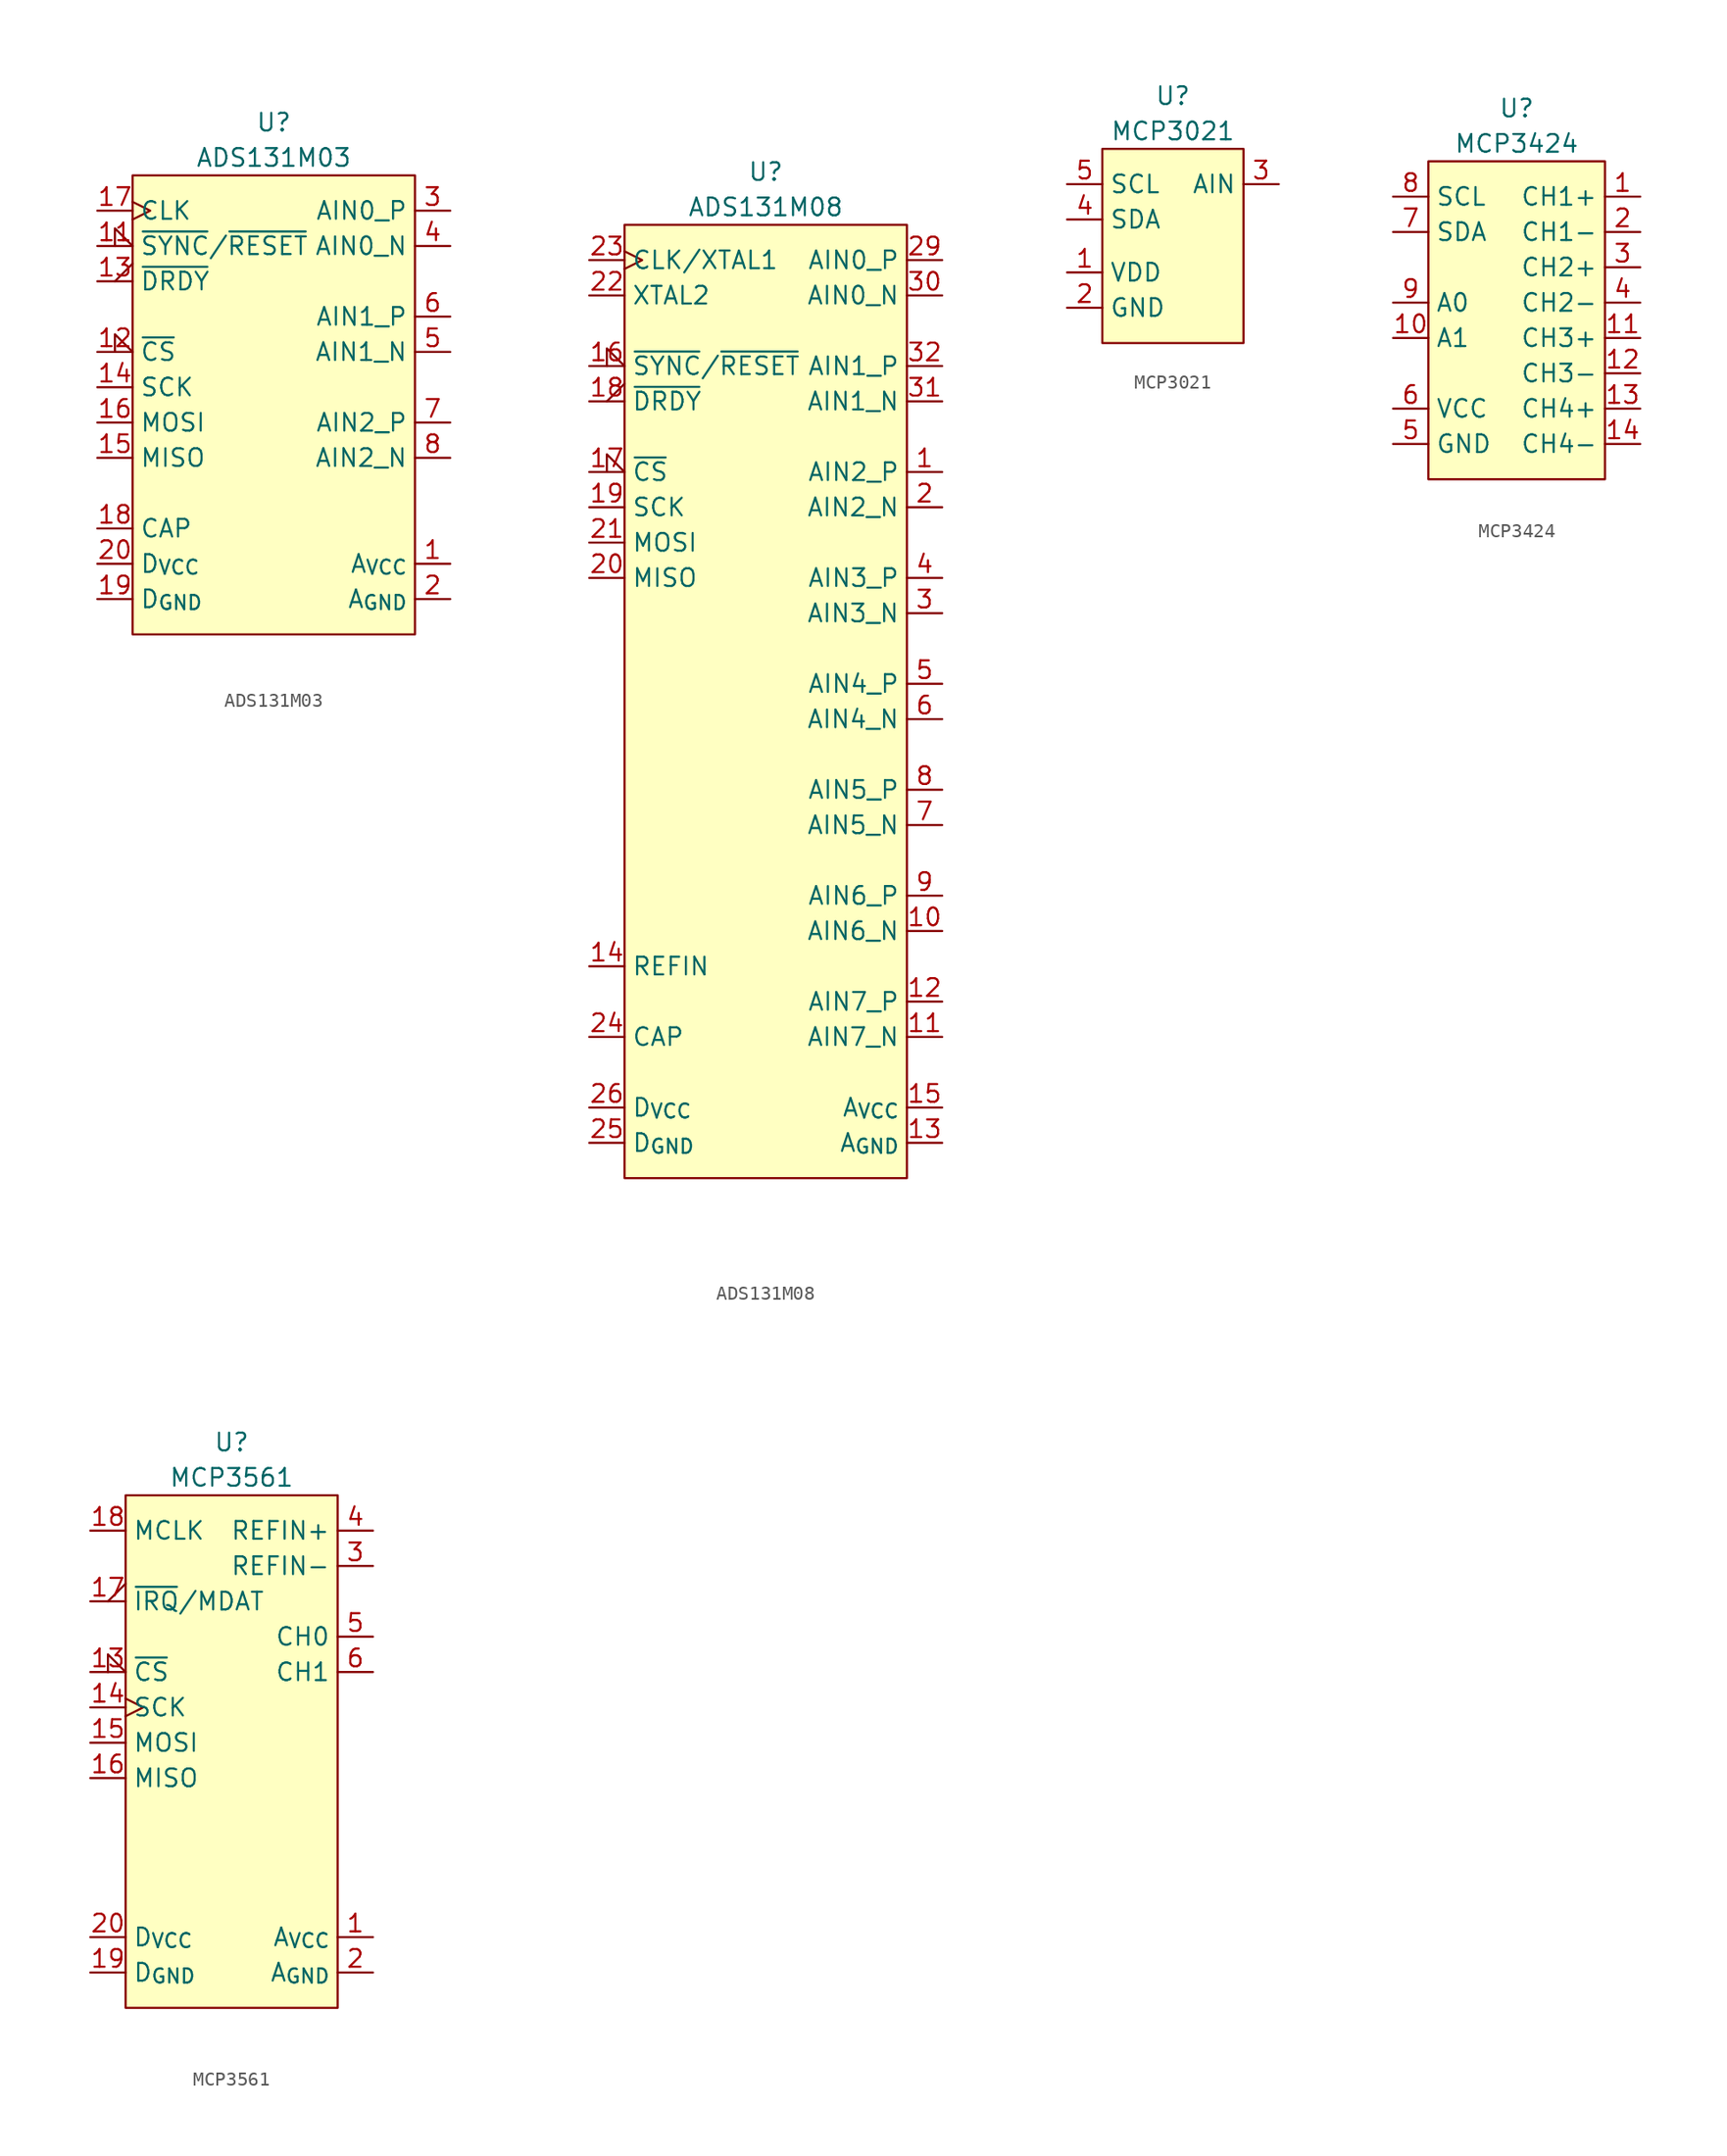
<source format=kicad_sym>
(kicad_symbol_lib
  (version 20220914)
  (generator kicad_symbol_editor)
  (symbol "ADS131M03"
    (property "Reference" "U"
      (at 0 3.81 0)
      (effects (font (size 1.27 1.27))))
    (property "Value" "ADS131M03"
      (at 0 1.27 0)
      (effects (font (size 1.27 1.27))))
    (symbol "ADS131M03_0_1"
      (rectangle (start -10.16 0) (end 10.16 -33.02) (stroke (width 0) (type default)) (fill (type background))))
    (symbol "ADS131M03_1_1"
      (pin power_in line (at 12.7 -27.94 180) (length 2.54) (name "A_{VCC}" (effects (font (size 1.27 1.27)))) (number "1" (effects (font (size 1.27 1.27)))))
      (pin no_connect line (at 12.7 -24.13 180) (length 2.54) hide (name "" (effects (font (size 1.27 1.27)))) (number "10" (effects (font (size 1.27 1.27)))))
      (pin input input_low (at -12.7 -5.08 0) (length 2.54) (name "~{SYNC}/~{RESET}" (effects (font (size 1.27 1.27)))) (number "11" (effects (font (size 1.27 1.27)))))
      (pin input input_low (at -12.7 -12.7 0) (length 2.54) (name "~{CS}" (effects (font (size 1.27 1.27)))) (number "12" (effects (font (size 1.27 1.27)))))
      (pin output output_low (at -12.7 -7.62 0) (length 2.54) (name "~{DRDY}" (effects (font (size 1.27 1.27)))) (number "13" (effects (font (size 1.27 1.27)))))
      (pin input line (at -12.7 -15.24 0) (length 2.54) (name "SCK" (effects (font (size 1.27 1.27)))) (number "14" (effects (font (size 1.27 1.27)))))
      (pin output line (at -12.7 -20.32 0) (length 2.54) (name "MISO" (effects (font (size 1.27 1.27)))) (number "15" (effects (font (size 1.27 1.27)))))
      (pin input line (at -12.7 -17.78 0) (length 2.54) (name "MOSI" (effects (font (size 1.27 1.27)))) (number "16" (effects (font (size 1.27 1.27)))))
      (pin input clock (at -12.7 -2.54 0) (length 2.54) (name "CLK" (effects (font (size 1.27 1.27)))) (number "17" (effects (font (size 1.27 1.27)))))
      (pin passive line (at -12.7 -25.4 0) (length 2.54) (name "CAP" (effects (font (size 1.27 1.27)))) (number "18" (effects (font (size 1.27 1.27)))))
      (pin passive line (at -12.7 -30.48 0) (length 2.54) (name "D_{GND}" (effects (font (size 1.27 1.27)))) (number "19" (effects (font (size 1.27 1.27)))))
      (pin passive line (at 12.7 -30.48 180) (length 2.54) (name "A_{GND}" (effects (font (size 1.27 1.27)))) (number "2" (effects (font (size 1.27 1.27)))))
      (pin power_in line (at -12.7 -27.94 0) (length 2.54) (name "D_{VCC}" (effects (font (size 1.27 1.27)))) (number "20" (effects (font (size 1.27 1.27)))))
      (pin passive line (at 12.7 -2.54 180) (length 2.54) (name "AIN0_P" (effects (font (size 1.27 1.27)))) (number "3" (effects (font (size 1.27 1.27)))))
      (pin passive line (at 12.7 -5.08 180) (length 2.54) (name "AIN0_N" (effects (font (size 1.27 1.27)))) (number "4" (effects (font (size 1.27 1.27)))))
      (pin passive line (at 12.7 -12.7 180) (length 2.54) (name "AIN1_N" (effects (font (size 1.27 1.27)))) (number "5" (effects (font (size 1.27 1.27)))))
      (pin passive line (at 12.7 -10.16 180) (length 2.54) (name "AIN1_P" (effects (font (size 1.27 1.27)))) (number "6" (effects (font (size 1.27 1.27)))))
      (pin passive line (at 12.7 -17.78 180) (length 2.54) (name "AIN2_P" (effects (font (size 1.27 1.27)))) (number "7" (effects (font (size 1.27 1.27)))))
      (pin passive line (at 12.7 -20.32 180) (length 2.54) (name "AIN2_N" (effects (font (size 1.27 1.27)))) (number "8" (effects (font (size 1.27 1.27)))))
      (pin no_connect line (at 12.7 -24.13 180) (length 2.54) hide (name "" (effects (font (size 1.27 1.27)))) (number "9" (effects (font (size 1.27 1.27)))))))
  (symbol "ADS131M08"
    (property "Reference" "U"
      (at 0 3.81 0)
      (effects (font (size 1.27 1.27))))
    (property "Value" "ADS131M08"
      (at 0 1.27 0)
      (effects (font (size 1.27 1.27))))
    (symbol "ADS131M08_0_1"
      (rectangle (start -10.16 0) (end 10.16 -68.58) (stroke (width 0) (type default)) (fill (type background))))
    (symbol "ADS131M08_1_1"
      (pin passive line (at 12.7 -17.78 180) (length 2.54) (name "AIN2_P" (effects (font (size 1.27 1.27)))) (number "1" (effects (font (size 1.27 1.27)))))
      (pin passive line (at 12.7 -50.8 180) (length 2.54) (name "AIN6_N" (effects (font (size 1.27 1.27)))) (number "10" (effects (font (size 1.27 1.27)))))
      (pin passive line (at 12.7 -58.42 180) (length 2.54) (name "AIN7_N" (effects (font (size 1.27 1.27)))) (number "11" (effects (font (size 1.27 1.27)))))
      (pin passive line (at 12.7 -55.88 180) (length 2.54) (name "AIN7_P" (effects (font (size 1.27 1.27)))) (number "12" (effects (font (size 1.27 1.27)))))
      (pin passive line (at 12.7 -66.04 180) (length 2.54) (name "A_{GND}" (effects (font (size 1.27 1.27)))) (number "13" (effects (font (size 1.27 1.27)))))
      (pin passive line (at -12.7 -53.34 0) (length 2.54) (name "REFIN" (effects (font (size 1.27 1.27)))) (number "14" (effects (font (size 1.27 1.27)))))
      (pin power_in line (at 12.7 -63.5 180) (length 2.54) (name "A_{VCC}" (effects (font (size 1.27 1.27)))) (number "15" (effects (font (size 1.27 1.27)))))
      (pin input input_low (at -12.7 -10.16 0) (length 2.54) (name "~{SYNC}/~{RESET}" (effects (font (size 1.27 1.27)))) (number "16" (effects (font (size 1.27 1.27)))))
      (pin input input_low (at -12.7 -17.78 0) (length 2.54) (name "~{CS}" (effects (font (size 1.27 1.27)))) (number "17" (effects (font (size 1.27 1.27)))))
      (pin output output_low (at -12.7 -12.7 0) (length 2.54) (name "~{DRDY}" (effects (font (size 1.27 1.27)))) (number "18" (effects (font (size 1.27 1.27)))))
      (pin input line (at -12.7 -20.32 0) (length 2.54) (name "SCK" (effects (font (size 1.27 1.27)))) (number "19" (effects (font (size 1.27 1.27)))))
      (pin passive line (at 12.7 -20.32 180) (length 2.54) (name "AIN2_N" (effects (font (size 1.27 1.27)))) (number "2" (effects (font (size 1.27 1.27)))))
      (pin output line (at -12.7 -25.4 0) (length 2.54) (name "MISO" (effects (font (size 1.27 1.27)))) (number "20" (effects (font (size 1.27 1.27)))))
      (pin input line (at -12.7 -22.86 0) (length 2.54) (name "MOSI" (effects (font (size 1.27 1.27)))) (number "21" (effects (font (size 1.27 1.27)))))
      (pin passive line (at -12.7 -5.08 0) (length 2.54) (name "XTAL2" (effects (font (size 1.27 1.27)))) (number "22" (effects (font (size 1.27 1.27)))))
      (pin input clock (at -12.7 -2.54 0) (length 2.54) (name "CLK/XTAL1" (effects (font (size 1.27 1.27)))) (number "23" (effects (font (size 1.27 1.27)))))
      (pin passive line (at -12.7 -58.42 0) (length 2.54) (name "CAP" (effects (font (size 1.27 1.27)))) (number "24" (effects (font (size 1.27 1.27)))))
      (pin passive line (at -12.7 -66.04 0) (length 2.54) (name "D_{GND}" (effects (font (size 1.27 1.27)))) (number "25" (effects (font (size 1.27 1.27)))))
      (pin power_in line (at -12.7 -63.5 0) (length 2.54) (name "D_{VCC}" (effects (font (size 1.27 1.27)))) (number "26" (effects (font (size 1.27 1.27)))))
      (pin passive line (at -12.7 -48.26 0) (length 2.54) hide (name "NC" (effects (font (size 1.27 1.27)))) (number "27" (effects (font (size 1.27 1.27)))))
      (pin passive line (at 12.7 -66.04 180) (length 2.54) hide (name "A_{GND}" (effects (font (size 1.27 1.27)))) (number "28" (effects (font (size 1.27 1.27)))))
      (pin passive line (at 12.7 -2.54 180) (length 2.54) (name "AIN0_P" (effects (font (size 1.27 1.27)))) (number "29" (effects (font (size 1.27 1.27)))))
      (pin passive line (at 12.7 -27.94 180) (length 2.54) (name "AIN3_N" (effects (font (size 1.27 1.27)))) (number "3" (effects (font (size 1.27 1.27)))))
      (pin passive line (at 12.7 -5.08 180) (length 2.54) (name "AIN0_N" (effects (font (size 1.27 1.27)))) (number "30" (effects (font (size 1.27 1.27)))))
      (pin passive line (at 12.7 -12.7 180) (length 2.54) (name "AIN1_N" (effects (font (size 1.27 1.27)))) (number "31" (effects (font (size 1.27 1.27)))))
      (pin passive line (at 12.7 -10.16 180) (length 2.54) (name "AIN1_P" (effects (font (size 1.27 1.27)))) (number "32" (effects (font (size 1.27 1.27)))))
      (pin passive line (at 12.7 -25.4 180) (length 2.54) (name "AIN3_P" (effects (font (size 1.27 1.27)))) (number "4" (effects (font (size 1.27 1.27)))))
      (pin passive line (at 12.7 -33.02 180) (length 2.54) (name "AIN4_P" (effects (font (size 1.27 1.27)))) (number "5" (effects (font (size 1.27 1.27)))))
      (pin passive line (at 12.7 -35.56 180) (length 2.54) (name "AIN4_N" (effects (font (size 1.27 1.27)))) (number "6" (effects (font (size 1.27 1.27)))))
      (pin passive line (at 12.7 -43.18 180) (length 2.54) (name "AIN5_N" (effects (font (size 1.27 1.27)))) (number "7" (effects (font (size 1.27 1.27)))))
      (pin passive line (at 12.7 -40.64 180) (length 2.54) (name "AIN5_P" (effects (font (size 1.27 1.27)))) (number "8" (effects (font (size 1.27 1.27)))))
      (pin passive line (at 12.7 -48.26 180) (length 2.54) (name "AIN6_P" (effects (font (size 1.27 1.27)))) (number "9" (effects (font (size 1.27 1.27)))))))
  (symbol "MCP3021"
    (property "Reference" "U"
      (at 0 3.81 0)
      (effects (font (size 1.27 1.27))))
    (property "Value" "MCP3021"
      (at 0 1.27 0)
      (effects (font (size 1.27 1.27))))
    (symbol "MCP3021_0_1"
      (rectangle (start -5.08 0) (end 5.08 -13.97) (stroke (width 0) (type default)) (fill (type background))))
    (symbol "MCP3021_1_1"
      (pin power_in line (at -7.62 -8.89 0) (length 2.54) (name "VDD" (effects (font (size 1.27 1.27)))) (number "1" (effects (font (size 1.27 1.27)))))
      (pin power_in line (at -7.62 -11.43 0) (length 2.54) (name "GND" (effects (font (size 1.27 1.27)))) (number "2" (effects (font (size 1.27 1.27)))))
      (pin input line (at 7.62 -2.54 180) (length 2.54) (name "AIN" (effects (font (size 1.27 1.27)))) (number "3" (effects (font (size 1.27 1.27)))))
      (pin input line (at -7.62 -5.08 0) (length 2.54) (name "SDA" (effects (font (size 1.27 1.27)))) (number "4" (effects (font (size 1.27 1.27)))))
      (pin input line (at -7.62 -2.54 0) (length 2.54) (name "SCL" (effects (font (size 1.27 1.27)))) (number "5" (effects (font (size 1.27 1.27)))))))
  (symbol "MCP3424"
    (property "Reference" "U"
      (at 0 3.81 0)
      (effects (font (size 1.27 1.27))))
    (property "Value" "MCP3424"
      (at 0 1.27 0)
      (effects (font (size 1.27 1.27))))
    (symbol "MCP3424_0_1"
      (rectangle (start -6.35 0) (end 6.35 -22.86) (stroke (width 0) (type default)) (fill (type background))))
    (symbol "MCP3424_1_1"
      (pin input line (at 8.89 -2.54 180) (length 2.54) (name "CH1+" (effects (font (size 1.27 1.27)))) (number "1" (effects (font (size 1.27 1.27)))))
      (pin passive line (at -8.89 -12.7 0) (length 2.54) (name "A1" (effects (font (size 1.27 1.27)))) (number "10" (effects (font (size 1.27 1.27)))))
      (pin input line (at 8.89 -12.7 180) (length 2.54) (name "CH3+" (effects (font (size 1.27 1.27)))) (number "11" (effects (font (size 1.27 1.27)))))
      (pin input line (at 8.89 -15.24 180) (length 2.54) (name "CH3-" (effects (font (size 1.27 1.27)))) (number "12" (effects (font (size 1.27 1.27)))))
      (pin input line (at 8.89 -17.78 180) (length 2.54) (name "CH4+" (effects (font (size 1.27 1.27)))) (number "13" (effects (font (size 1.27 1.27)))))
      (pin input line (at 8.89 -20.32 180) (length 2.54) (name "CH4-" (effects (font (size 1.27 1.27)))) (number "14" (effects (font (size 1.27 1.27)))))
      (pin input line (at 8.89 -5.08 180) (length 2.54) (name "CH1-" (effects (font (size 1.27 1.27)))) (number "2" (effects (font (size 1.27 1.27)))))
      (pin input line (at 8.89 -7.62 180) (length 2.54) (name "CH2+" (effects (font (size 1.27 1.27)))) (number "3" (effects (font (size 1.27 1.27)))))
      (pin input line (at 8.89 -10.16 180) (length 2.54) (name "CH2-" (effects (font (size 1.27 1.27)))) (number "4" (effects (font (size 1.27 1.27)))))
      (pin power_in line (at -8.89 -20.32 0) (length 2.54) (name "GND" (effects (font (size 1.27 1.27)))) (number "5" (effects (font (size 1.27 1.27)))))
      (pin power_in line (at -8.89 -17.78 0) (length 2.54) (name "VCC" (effects (font (size 1.27 1.27)))) (number "6" (effects (font (size 1.27 1.27)))))
      (pin bidirectional line (at -8.89 -5.08 0) (length 2.54) (name "SDA" (effects (font (size 1.27 1.27)))) (number "7" (effects (font (size 1.27 1.27)))))
      (pin input line (at -8.89 -2.54 0) (length 2.54) (name "SCL" (effects (font (size 1.27 1.27)))) (number "8" (effects (font (size 1.27 1.27)))))
      (pin passive line (at -8.89 -10.16 0) (length 2.54) (name "A0" (effects (font (size 1.27 1.27)))) (number "9" (effects (font (size 1.27 1.27)))))))
  (symbol "MCP3561"
    (property "Reference" "U"
      (at 0 3.81 0)
      (effects (font (size 1.27 1.27))))
    (property "Value" "MCP3561"
      (at 0 1.27 0)
      (effects (font (size 1.27 1.27))))
    (symbol "MCP3561_0_1"
      (rectangle (start -7.62 0) (end 7.62 -36.83) (stroke (width 0) (type default)) (fill (type background))))
    (symbol "MCP3561_1_1"
      (pin power_in line (at 10.16 -31.75 180) (length 2.54) (name "A_{VCC}" (effects (font (size 1.27 1.27)))) (number "1" (effects (font (size 1.27 1.27)))))
      (pin no_connect line (at 10.16 -22.86 180) (length 2.54) hide (name "CH5" (effects (font (size 1.27 1.27)))) (number "10" (effects (font (size 1.27 1.27)))))
      (pin no_connect line (at 10.16 -25.4 180) (length 2.54) hide (name "CH6" (effects (font (size 1.27 1.27)))) (number "11" (effects (font (size 1.27 1.27)))))
      (pin no_connect line (at 10.16 -27.94 180) (length 2.54) hide (name "CH7" (effects (font (size 1.27 1.27)))) (number "12" (effects (font (size 1.27 1.27)))))
      (pin input input_low (at -10.16 -12.7 0) (length 2.54) (name "~{CS}" (effects (font (size 1.27 1.27)))) (number "13" (effects (font (size 1.27 1.27)))))
      (pin input clock (at -10.16 -15.24 0) (length 2.54) (name "SCK" (effects (font (size 1.27 1.27)))) (number "14" (effects (font (size 1.27 1.27)))))
      (pin input line (at -10.16 -17.78 0) (length 2.54) (name "MOSI" (effects (font (size 1.27 1.27)))) (number "15" (effects (font (size 1.27 1.27)))))
      (pin tri_state line (at -10.16 -20.32 0) (length 2.54) (name "MISO" (effects (font (size 1.27 1.27)))) (number "16" (effects (font (size 1.27 1.27)))))
      (pin input output_low (at -10.16 -7.62 0) (length 2.54) (name "~{IRQ}/MDAT" (effects (font (size 1.27 1.27)))) (number "17" (effects (font (size 1.27 1.27)))))
      (pin input line (at -10.16 -2.54 0) (length 2.54) (name "MCLK" (effects (font (size 1.27 1.27)))) (number "18" (effects (font (size 1.27 1.27)))))
      (pin power_in line (at -10.16 -34.29 0) (length 2.54) (name "D_{GND}" (effects (font (size 1.27 1.27)))) (number "19" (effects (font (size 1.27 1.27)))))
      (pin power_in line (at 10.16 -34.29 180) (length 2.54) (name "A_{GND}" (effects (font (size 1.27 1.27)))) (number "2" (effects (font (size 1.27 1.27)))))
      (pin power_in line (at -10.16 -31.75 0) (length 2.54) (name "D_{VCC}" (effects (font (size 1.27 1.27)))) (number "20" (effects (font (size 1.27 1.27)))))
      (pin passive line (at 10.16 -5.08 180) (length 2.54) (name "REFIN-" (effects (font (size 1.27 1.27)))) (number "3" (effects (font (size 1.27 1.27)))))
      (pin passive line (at 10.16 -2.54 180) (length 2.54) (name "REFIN+" (effects (font (size 1.27 1.27)))) (number "4" (effects (font (size 1.27 1.27)))))
      (pin input line (at 10.16 -10.16 180) (length 2.54) (name "CH0" (effects (font (size 1.27 1.27)))) (number "5" (effects (font (size 1.27 1.27)))))
      (pin input line (at 10.16 -12.7 180) (length 2.54) (name "CH1" (effects (font (size 1.27 1.27)))) (number "6" (effects (font (size 1.27 1.27)))))
      (pin no_connect line (at 10.16 -15.24 180) (length 2.54) hide (name "CH2" (effects (font (size 1.27 1.27)))) (number "7" (effects (font (size 1.27 1.27)))))
      (pin no_connect line (at 10.16 -17.78 180) (length 2.54) hide (name "CH3" (effects (font (size 1.27 1.27)))) (number "8" (effects (font (size 1.27 1.27)))))
      (pin no_connect line (at 10.16 -20.32 180) (length 2.54) hide (name "CH4" (effects (font (size 1.27 1.27)))) (number "9" (effects (font (size 1.27 1.27))))))))
</source>
